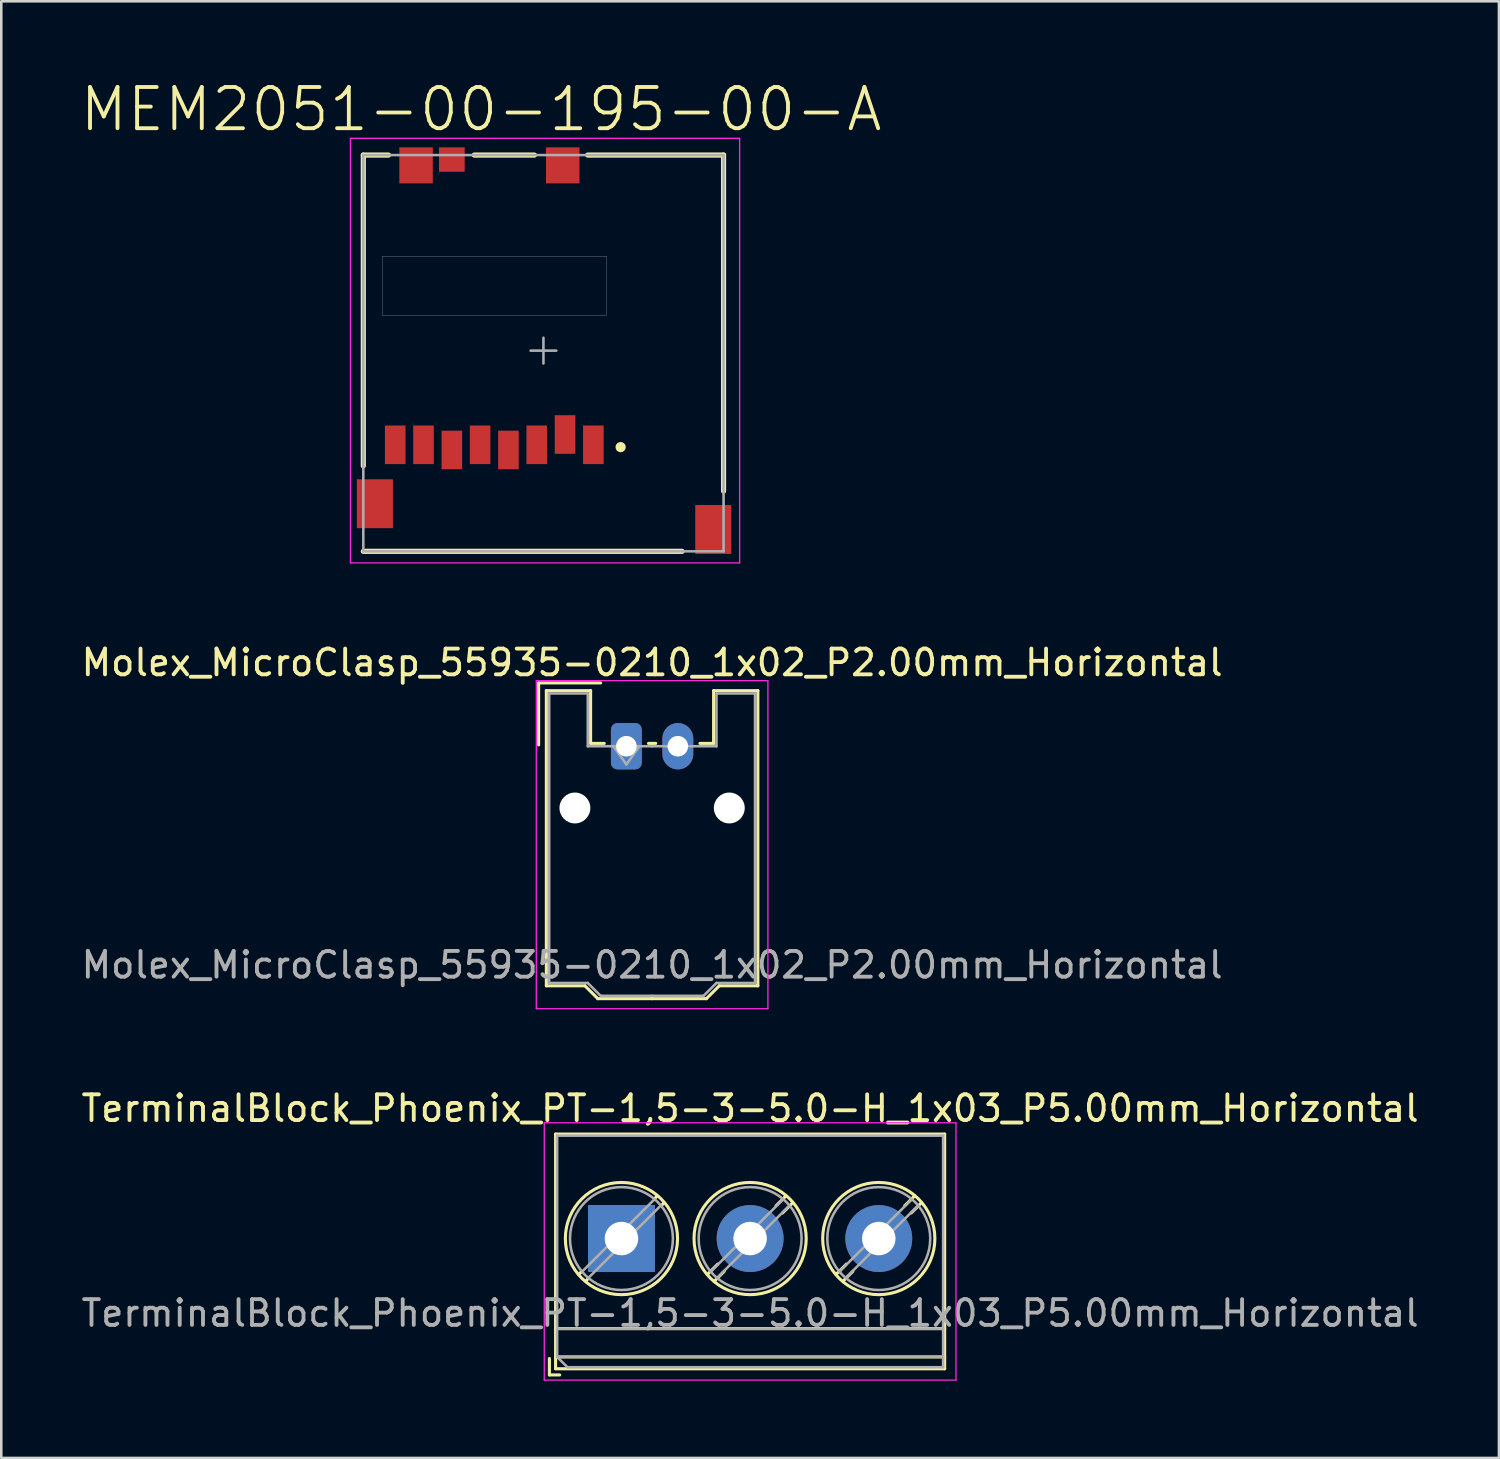
<source format=kicad_pcb>
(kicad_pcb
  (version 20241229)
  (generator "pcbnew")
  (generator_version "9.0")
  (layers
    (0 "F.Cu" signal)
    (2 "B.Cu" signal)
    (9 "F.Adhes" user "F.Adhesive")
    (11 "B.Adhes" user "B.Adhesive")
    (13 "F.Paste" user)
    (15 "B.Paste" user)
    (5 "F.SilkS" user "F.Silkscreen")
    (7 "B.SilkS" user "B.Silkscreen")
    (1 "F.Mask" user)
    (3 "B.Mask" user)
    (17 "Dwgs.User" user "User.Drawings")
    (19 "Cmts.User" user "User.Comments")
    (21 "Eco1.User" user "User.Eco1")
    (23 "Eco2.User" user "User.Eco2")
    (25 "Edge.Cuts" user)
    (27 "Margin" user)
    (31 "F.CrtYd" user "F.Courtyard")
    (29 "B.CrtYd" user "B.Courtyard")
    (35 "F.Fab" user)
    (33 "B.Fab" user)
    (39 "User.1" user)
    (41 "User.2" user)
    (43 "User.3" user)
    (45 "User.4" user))
  (footprint "TerminalBlock_Phoenix_PT-1,5-3-5.0-H_1x03_P5.00mm_Horizontal"
    (layer "F.Cu")
    (at 21.101 45.083)
    (property "Reference" "TerminalBlock_Phoenix_PT-1,5-3-5.0-H_1x03_P5.00mm_Horizontal" (at 5 -5.06 0) (layer "F.SilkS") (effects (font (size 1 1) (thickness 0.15))))
    (attr through_hole)
    (fp_line (start -2.8 4.66) (end -2.8 5.3) (stroke (width 0.12) (type solid)) (layer "F.SilkS"))
    (fp_line (start -2.8 5.3) (end -2.4 5.3) (stroke (width 0.12) (type solid)) (layer "F.SilkS"))
    (fp_line (start -2.56 -4.06) (end -2.56 5.06) (stroke (width 0.12) (type solid)) (layer "F.SilkS"))
    (fp_line (start -2.56 -4.06) (end 12.56 -4.06) (stroke (width 0.12) (type solid)) (layer "F.SilkS"))
    (fp_line (start -2.56 3.5) (end 12.56 3.5) (stroke (width 0.12) (type solid)) (layer "F.SilkS"))
    (fp_line (start -2.56 4.6) (end 12.56 4.6) (stroke (width 0.12) (type solid)) (layer "F.SilkS"))
    (fp_line (start -2.56 5.06) (end 12.56 5.06) (stroke (width 0.12) (type solid)) (layer "F.SilkS"))
    (fp_line (start -1.548 1.281) (end -1.654 1.388) (stroke (width 0.12) (type solid)) (layer "F.SilkS"))
    (fp_line (start -1.282 1.547) (end -1.388 1.654) (stroke (width 0.12) (type solid)) (layer "F.SilkS"))
    (fp_line (start 1.388 -1.654) (end 1.281 -1.547) (stroke (width 0.12) (type solid)) (layer "F.SilkS"))
    (fp_line (start 1.654 -1.388) (end 1.547 -1.281) (stroke (width 0.12) (type solid)) (layer "F.SilkS"))
    (fp_line (start 3.742 0.992) (end 3.347 1.388) (stroke (width 0.12) (type solid)) (layer "F.SilkS"))
    (fp_line (start 3.993 1.274) (end 3.613 1.654) (stroke (width 0.12) (type solid)) (layer "F.SilkS"))
    (fp_line (start 6.388 -1.654) (end 6.008 -1.274) (stroke (width 0.12) (type solid)) (layer "F.SilkS"))
    (fp_line (start 6.654 -1.388) (end 6.259 -0.992) (stroke (width 0.12) (type solid)) (layer "F.SilkS"))
    (fp_line (start 8.742 0.992) (end 8.347 1.388) (stroke (width 0.12) (type solid)) (layer "F.SilkS"))
    (fp_line (start 8.993 1.274) (end 8.613 1.654) (stroke (width 0.12) (type solid)) (layer "F.SilkS"))
    (fp_line (start 11.388 -1.654) (end 11.008 -1.274) (stroke (width 0.12) (type solid)) (layer "F.SilkS"))
    (fp_line (start 11.654 -1.388) (end 11.259 -0.992) (stroke (width 0.12) (type solid)) (layer "F.SilkS"))
    (fp_line (start 12.56 -4.06) (end 12.56 5.06) (stroke (width 0.12) (type solid)) (layer "F.SilkS"))
    (fp_circle (center 0 0) (end 2.18 0) (stroke (width 0.12) (type solid)) (fill no) (layer "F.SilkS"))
    (fp_circle (center 5 0) (end 7.18 0) (stroke (width 0.12) (type solid)) (fill no) (layer "F.SilkS"))
    (fp_circle (center 10 0) (end 12.18 0) (stroke (width 0.12) (type solid)) (fill no) (layer "F.SilkS"))
    (fp_line (start -3 -4.5) (end -3 5.5) (stroke (width 0.05) (type solid)) (layer "F.CrtYd"))
    (fp_line (start -3 5.5) (end 13 5.5) (stroke (width 0.05) (type solid)) (layer "F.CrtYd"))
    (fp_line (start 13 -4.5) (end -3 -4.5) (stroke (width 0.05) (type solid)) (layer "F.CrtYd"))
    (fp_line (start 13 5.5) (end 13 -4.5) (stroke (width 0.05) (type solid)) (layer "F.CrtYd"))
    (fp_line (start -2.5 -4) (end 12.5 -4) (stroke (width 0.1) (type solid)) (layer "F.Fab"))
    (fp_line (start -2.5 3.5) (end 12.5 3.5) (stroke (width 0.1) (type solid)) (layer "F.Fab"))
    (fp_line (start -2.5 4.6) (end -2.5 -4) (stroke (width 0.1) (type solid)) (layer "F.Fab"))
    (fp_line (start -2.5 4.6) (end 12.5 4.6) (stroke (width 0.1) (type solid)) (layer "F.Fab"))
    (fp_line (start -2.1 5) (end -2.5 4.6) (stroke (width 0.1) (type solid)) (layer "F.Fab"))
    (fp_line (start 1.273 -1.517) (end -1.517 1.273) (stroke (width 0.1) (type solid)) (layer "F.Fab"))
    (fp_line (start 1.517 -1.273) (end -1.273 1.517) (stroke (width 0.1) (type solid)) (layer "F.Fab"))
    (fp_line (start 6.273 -1.517) (end 3.484 1.273) (stroke (width 0.1) (type solid)) (layer "F.Fab"))
    (fp_line (start 6.517 -1.273) (end 3.728 1.517) (stroke (width 0.1) (type solid)) (layer "F.Fab"))
    (fp_line (start 11.273 -1.517) (end 8.484 1.273) (stroke (width 0.1) (type solid)) (layer "F.Fab"))
    (fp_line (start 11.517 -1.273) (end 8.728 1.517) (stroke (width 0.1) (type solid)) (layer "F.Fab"))
    (fp_line (start 12.5 -4) (end 12.5 5) (stroke (width 0.1) (type solid)) (layer "F.Fab"))
    (fp_line (start 12.5 5) (end -2.1 5) (stroke (width 0.1) (type solid)) (layer "F.Fab"))
    (fp_circle (center 0 0) (end 2 0) (stroke (width 0.1) (type solid)) (fill no) (layer "F.Fab"))
    (fp_circle (center 5 0) (end 7 0) (stroke (width 0.1) (type solid)) (fill no) (layer "F.Fab"))
    (fp_circle (center 10 0) (end 12 0) (stroke (width 0.1) (type solid)) (fill no) (layer "F.Fab"))
    (fp_text user "${REFERENCE}" (at 5 2.9 0) (layer "F.Fab") (effects (font (size 1 1) (thickness 0.15))))
    (pad "1" thru_hole rect (at 0 0) (size 2.6 2.6) (drill 1.3) (layers "*.Cu" "*.Mask"))
    (pad "2" thru_hole circle (at 5 0) (size 2.6 2.6) (drill 1.3) (layers "*.Cu" "*.Mask"))
    (pad "3" thru_hole circle (at 10 0) (size 2.6 2.6) (drill 1.3) (layers "*.Cu" "*.Mask")))
  (footprint "MEM2051-00-195-00-A"
    (layer "F.Cu")
    (at 18.069 10.576)
    (property "Reference" "MEM2051-00-195-00-A" (at -2.42 -9.377 0) (layer "F.SilkS") (effects (font (size 1.6 1.6) (thickness 0.15))))
    (attr through_hole)
    (fp_line (start -7 -7.6) (end -6.02 -7.6) (stroke (width 0.2) (type solid)) (layer "F.SilkS"))
    (fp_line (start -7 4.48) (end -7 -7.6) (stroke (width 0.2) (type solid)) (layer "F.SilkS"))
    (fp_line (start -7 7.8) (end 5.39 7.8) (stroke (width 0.2) (type solid)) (layer "F.SilkS"))
    (fp_line (start -2.69 -7.6) (end -0.35 -7.6) (stroke (width 0.2) (type solid)) (layer "F.SilkS"))
    (fp_line (start 1.72 -7.6) (end 7 -7.6) (stroke (width 0.2) (type solid)) (layer "F.SilkS"))
    (fp_line (start 7 5.46) (end 7 -7.6) (stroke (width 0.2) (type solid)) (layer "F.SilkS"))
    (fp_circle (center 3 3.75) (end 3.1 3.75) (stroke (width 0.2) (type solid)) (fill no) (layer "F.SilkS"))
    (fp_poly (pts (xy -6.258 -3.67) (xy 2.45 -3.67) (xy 2.45 -1.372) (xy -6.258 -1.372)) (stroke (width 0.01) (type solid)) (fill no) (layer "Dwgs.User"))
    (fp_line (start -7.5 -8.25) (end 7.625 -8.25) (stroke (width 0.05) (type solid)) (layer "F.CrtYd"))
    (fp_line (start -7.5 8.25) (end -7.5 -8.25) (stroke (width 0.05) (type solid)) (layer "F.CrtYd"))
    (fp_line (start 7.625 -8.25) (end 7.625 8.25) (stroke (width 0.05) (type solid)) (layer "F.CrtYd"))
    (fp_line (start 7.625 8.25) (end -7.5 8.25) (stroke (width 0.05) (type solid)) (layer "F.CrtYd"))
    (fp_line (start -7 -7.6) (end 7 -7.6) (stroke (width 0.1) (type solid)) (layer "F.Fab"))
    (fp_line (start -7 7.8) (end -7 -7.6) (stroke (width 0.1) (type solid)) (layer "F.Fab"))
    (fp_line (start -7 7.8) (end 7 7.8) (stroke (width 0.1) (type solid)) (layer "F.Fab"))
    (fp_line (start -0.5 0) (end 0.5 0) (stroke (width 0.1) (type solid)) (layer "F.Fab"))
    (fp_line (start 0 0.5) (end 0 -0.5) (stroke (width 0.1) (type solid)) (layer "F.Fab"))
    (fp_line (start 7 7.8) (end 7 -7.6) (stroke (width 0.1) (type solid)) (layer "F.Fab"))
    (pad "1" smd rect (at 1.94 3.66) (size 0.8 1.5) (layers "F.Cu" "F.Mask" "F.Paste"))
    (pad "2" smd rect (at 0.84 3.26) (size 0.8 1.5) (layers "F.Cu" "F.Mask" "F.Paste"))
    (pad "3" smd rect (at -0.26 3.66) (size 0.8 1.5) (layers "F.Cu" "F.Mask" "F.Paste"))
    (pad "4" smd rect (at -1.36 3.86) (size 0.8 1.5) (layers "F.Cu" "F.Mask" "F.Paste"))
    (pad "5" smd rect (at -2.46 3.66) (size 0.8 1.5) (layers "F.Cu" "F.Mask" "F.Paste"))
    (pad "6" smd rect (at -3.56 3.86) (size 0.8 1.5) (layers "F.Cu" "F.Mask" "F.Paste"))
    (pad "7" smd rect (at -4.66 3.66) (size 0.8 1.5) (layers "F.Cu" "F.Mask" "F.Paste"))
    (pad "8" smd rect (at -5.76 3.66) (size 0.8 1.5) (layers "F.Cu" "F.Mask" "F.Paste"))
    (pad "9" smd rect (at -3.56 -7.425) (size 1 0.95) (layers "F.Cu" "F.Mask" "F.Paste"))
    (pad "10" smd rect (at -4.95 -7.2) (size 1.3 1.4) (layers "F.Cu" "F.Mask" "F.Paste"))
    (pad "11" smd rect (at 0.75 -7.2) (size 1.3 1.4) (layers "F.Cu" "F.Mask" "F.Paste"))
    (pad "12" smd rect (at -6.55 5.95) (size 1.4 1.9) (layers "F.Cu" "F.Mask" "F.Paste"))
    (pad "13" smd rect (at 6.6 6.95) (size 1.4 1.9) (layers "F.Cu" "F.Mask" "F.Paste")))
  (footprint "Molex_MicroClasp_55935-0210_1x02_P2.00mm_Horizontal"
    (layer "F.Cu")
    (at 21.292 25.95)
    (property "Reference" "Molex_MicroClasp_55935-0210_1x02_P2.00mm_Horizontal" (at 1 -3.25 0) (layer "F.SilkS") (effects (font (size 1 1) (thickness 0.15))))
    (attr through_hole)
    (fp_line (start -3.41 -2.46) (end -1 -2.46) (stroke (width 0.12) (type solid)) (layer "F.SilkS"))
    (fp_line (start -3.41 -0.05) (end -3.41 -2.46) (stroke (width 0.12) (type solid)) (layer "F.SilkS"))
    (fp_line (start -3.11 -2.16) (end -1.39 -2.16) (stroke (width 0.12) (type solid)) (layer "F.SilkS"))
    (fp_line (start -3.11 9.31) (end -3.11 -2.16) (stroke (width 0.12) (type solid)) (layer "F.SilkS"))
    (fp_line (start -1.61 9.31) (end -3.11 9.31) (stroke (width 0.12) (type solid)) (layer "F.SilkS"))
    (fp_line (start -1.39 -2.16) (end -1.39 -0.11) (stroke (width 0.12) (type solid)) (layer "F.SilkS"))
    (fp_line (start -1.39 -0.11) (end -0.86 -0.11) (stroke (width 0.12) (type solid)) (layer "F.SilkS"))
    (fp_line (start -1.11 9.81) (end -1.61 9.31) (stroke (width 0.12) (type solid)) (layer "F.SilkS"))
    (fp_line (start 0.86 -0.11) (end 1.14 -0.11) (stroke (width 0.12) (type solid)) (layer "F.SilkS"))
    (fp_line (start 1 9.81) (end -1.11 9.81) (stroke (width 0.12) (type solid)) (layer "F.SilkS"))
    (fp_line (start 1 9.81) (end 3.11 9.81) (stroke (width 0.12) (type solid)) (layer "F.SilkS"))
    (fp_line (start 3.11 9.81) (end 3.61 9.31) (stroke (width 0.12) (type solid)) (layer "F.SilkS"))
    (fp_line (start 3.39 -2.16) (end 3.39 -0.11) (stroke (width 0.12) (type solid)) (layer "F.SilkS"))
    (fp_line (start 3.39 -0.11) (end 2.86 -0.11) (stroke (width 0.12) (type solid)) (layer "F.SilkS"))
    (fp_line (start 3.61 9.31) (end 5.11 9.31) (stroke (width 0.12) (type solid)) (layer "F.SilkS"))
    (fp_line (start 5.11 -2.16) (end 3.39 -2.16) (stroke (width 0.12) (type solid)) (layer "F.SilkS"))
    (fp_line (start 5.11 9.31) (end 5.11 -2.16) (stroke (width 0.12) (type solid)) (layer "F.SilkS"))
    (fp_line (start -3.5 -2.55) (end -3.5 10.2) (stroke (width 0.05) (type solid)) (layer "F.CrtYd"))
    (fp_line (start -3.5 10.2) (end 5.5 10.2) (stroke (width 0.05) (type solid)) (layer "F.CrtYd"))
    (fp_line (start 5.5 -2.55) (end -3.5 -2.55) (stroke (width 0.05) (type solid)) (layer "F.CrtYd"))
    (fp_line (start 5.5 10.2) (end 5.5 -2.55) (stroke (width 0.05) (type solid)) (layer "F.CrtYd"))
    (fp_line (start -3 -2.05) (end -1.5 -2.05) (stroke (width 0.1) (type solid)) (layer "F.Fab"))
    (fp_line (start -3 9.2) (end -3 -2.05) (stroke (width 0.1) (type solid)) (layer "F.Fab"))
    (fp_line (start -1.5 -2.05) (end -1.5 0) (stroke (width 0.1) (type solid)) (layer "F.Fab"))
    (fp_line (start -1.5 0) (end 1 0) (stroke (width 0.1) (type solid)) (layer "F.Fab"))
    (fp_line (start -1.5 9.2) (end -3 9.2) (stroke (width 0.1) (type solid)) (layer "F.Fab"))
    (fp_line (start -1 9.7) (end -1.5 9.2) (stroke (width 0.1) (type solid)) (layer "F.Fab"))
    (fp_line (start -0.5 0) (end 0 0.707) (stroke (width 0.1) (type solid)) (layer "F.Fab"))
    (fp_line (start 0 0.707) (end 0.5 0) (stroke (width 0.1) (type solid)) (layer "F.Fab"))
    (fp_line (start 1 9.7) (end -1 9.7) (stroke (width 0.1) (type solid)) (layer "F.Fab"))
    (fp_line (start 1 9.7) (end 3 9.7) (stroke (width 0.1) (type solid)) (layer "F.Fab"))
    (fp_line (start 3 9.7) (end 3.5 9.2) (stroke (width 0.1) (type solid)) (layer "F.Fab"))
    (fp_line (start 3.5 -2.05) (end 3.5 0) (stroke (width 0.1) (type solid)) (layer "F.Fab"))
    (fp_line (start 3.5 0) (end 1 0) (stroke (width 0.1) (type solid)) (layer "F.Fab"))
    (fp_line (start 3.5 9.2) (end 5 9.2) (stroke (width 0.1) (type solid)) (layer "F.Fab"))
    (fp_line (start 5 -2.05) (end 3.5 -2.05) (stroke (width 0.1) (type solid)) (layer "F.Fab"))
    (fp_line (start 5 9.2) (end 5 -2.05) (stroke (width 0.1) (type solid)) (layer "F.Fab"))
    (fp_text user "${REFERENCE}" (at 1 8.5 0) (layer "F.Fab") (effects (font (size 1 1) (thickness 0.15))))
    (pad "" np_thru_hole circle (at -2 2.4) (size 1.2 1.2) (drill 1.2) (layers "*.Cu" "*.Mask"))
    (pad "" np_thru_hole circle (at 4 2.4) (size 1.2 1.2) (drill 1.2) (layers "*.Cu" "*.Mask"))
    (pad "1" thru_hole roundrect (at 0 0) (size 1.2 1.8) (drill 0.8) (layers "*.Cu" "*.Mask") (roundrect_rratio 0.208))
    (pad "2" thru_hole oval (at 2 0) (size 1.2 1.8) (drill 0.8) (layers "*.Cu" "*.Mask")))
  (gr_rect
    (start -3 -3)
    (end 55.202 53.608)
    (stroke (width 0.1) (type default))
    (fill no)
    (layer "Edge.Cuts")))
</source>
